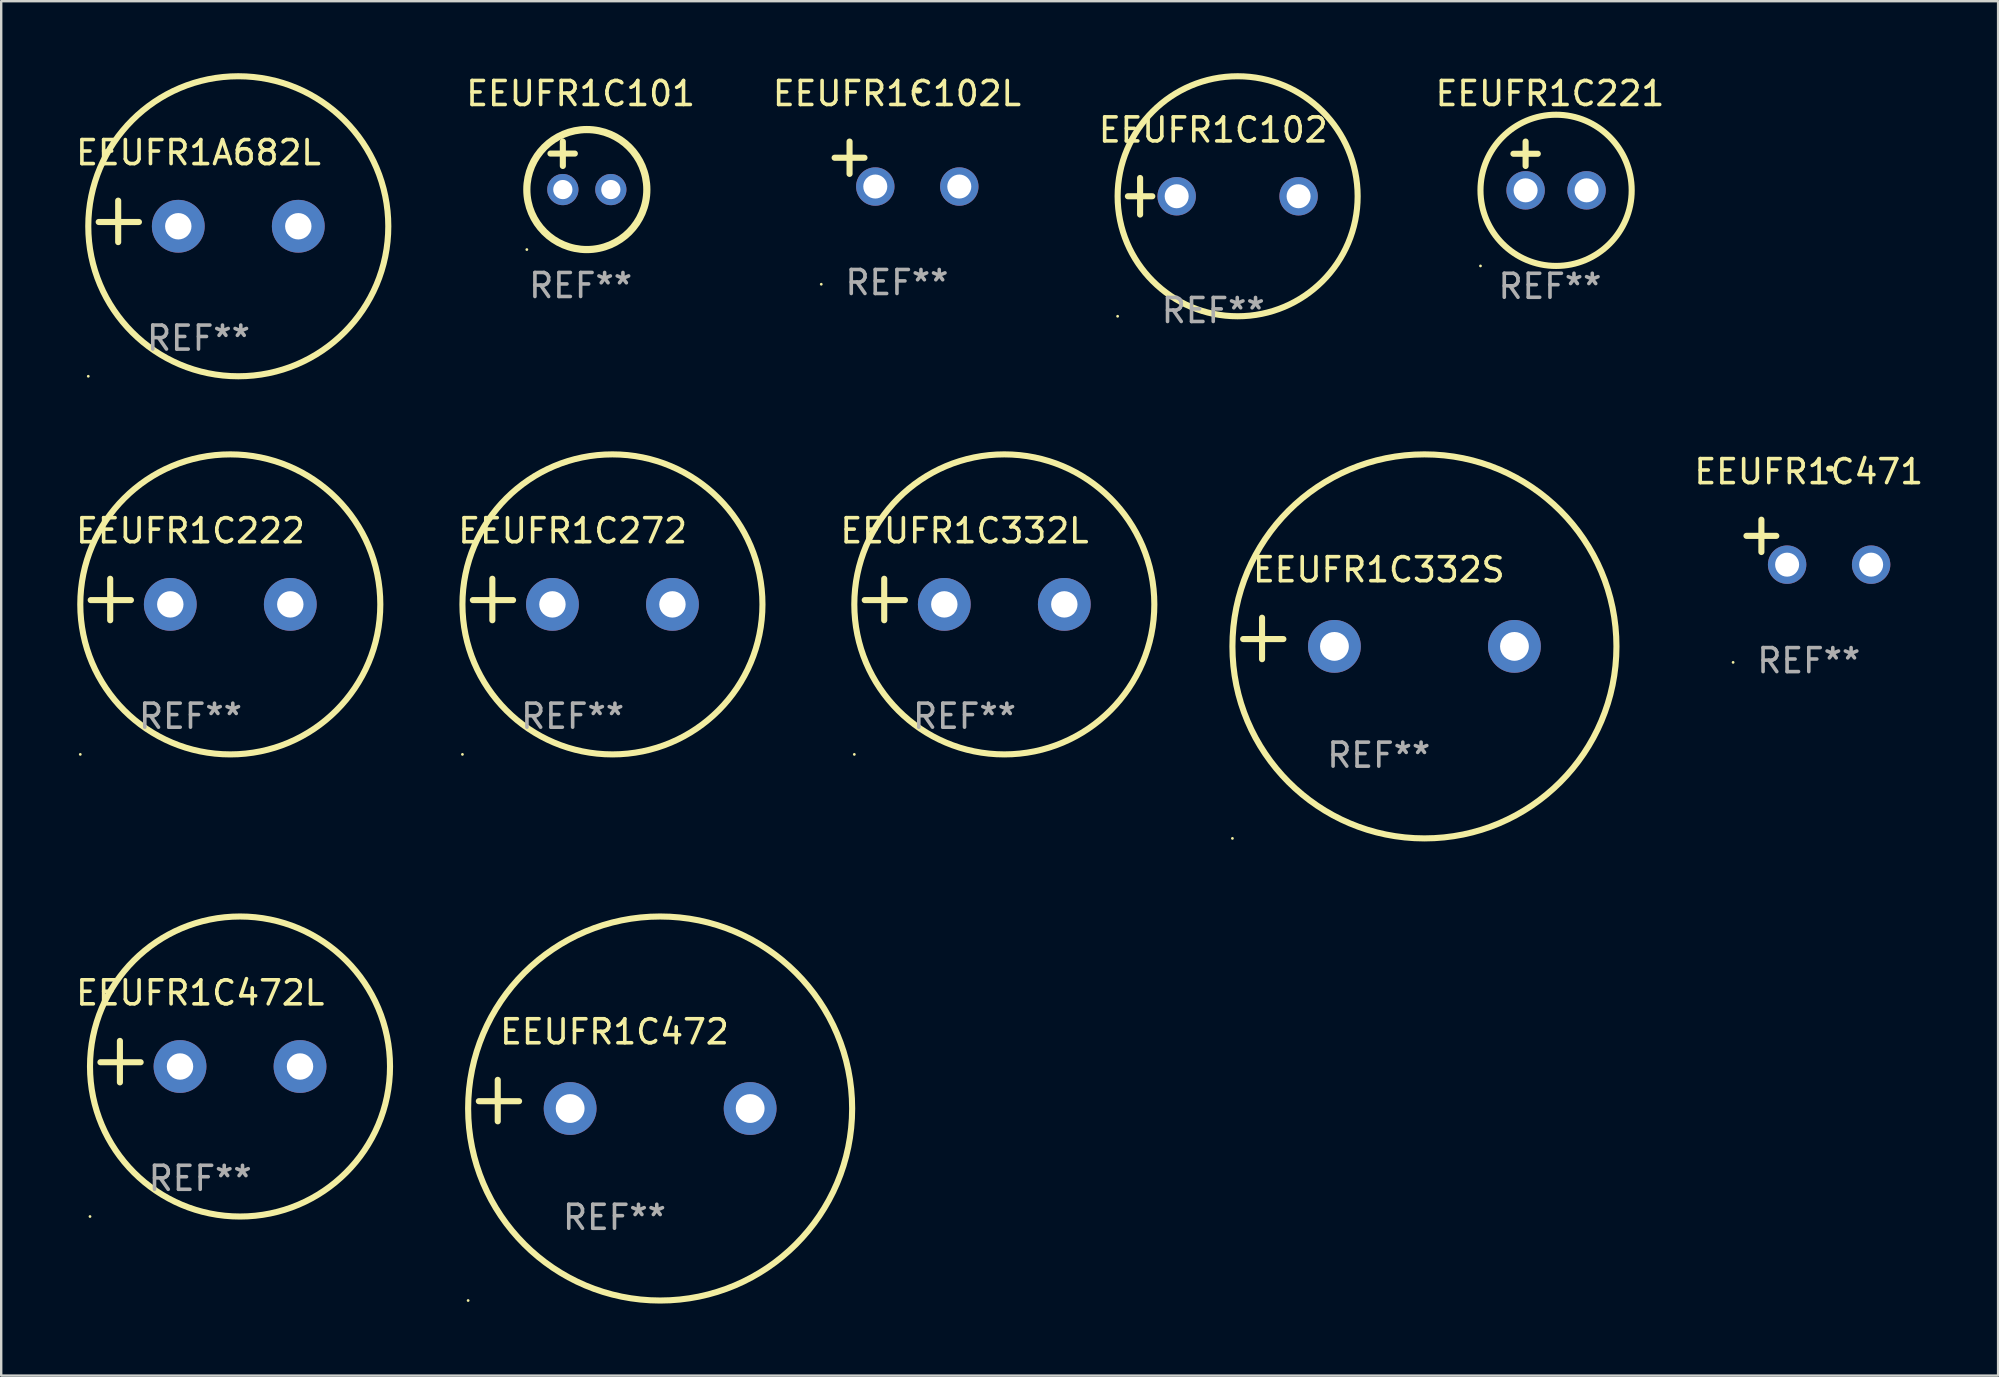
<source format=kicad_pcb>
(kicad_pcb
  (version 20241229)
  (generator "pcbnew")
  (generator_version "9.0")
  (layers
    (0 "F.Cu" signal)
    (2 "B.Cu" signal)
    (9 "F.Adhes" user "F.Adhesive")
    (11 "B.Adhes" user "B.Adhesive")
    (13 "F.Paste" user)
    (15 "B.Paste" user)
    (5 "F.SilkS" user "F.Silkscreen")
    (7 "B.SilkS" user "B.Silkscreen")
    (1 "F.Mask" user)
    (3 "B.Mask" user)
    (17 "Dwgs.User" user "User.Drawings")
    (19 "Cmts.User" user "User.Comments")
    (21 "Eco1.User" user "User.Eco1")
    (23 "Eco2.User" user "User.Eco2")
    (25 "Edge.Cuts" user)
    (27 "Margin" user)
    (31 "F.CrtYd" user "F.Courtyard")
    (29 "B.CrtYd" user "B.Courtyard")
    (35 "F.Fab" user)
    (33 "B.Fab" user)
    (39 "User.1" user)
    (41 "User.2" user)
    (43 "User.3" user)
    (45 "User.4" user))
  (footprint "EEUFR1C332S"
    (layer "F.Cu")
    (at 54.396 23.551)
    (property "Reference" "EEUFR1C332S" (at 0 -2.864 0) (layer "F.SilkS") (effects (font (size 1 1) (thickness 0.15))))
    (attr through_hole)
    (fp_line (start -4.864 0.864) (end -4.864 -0.864) (stroke (width 0.254) (type solid)) (layer "F.SilkS"))
    (fp_line (start -3.975 0.025) (end -5.652 0.025) (stroke (width 0.254) (type solid)) (layer "F.SilkS"))
    (fp_circle (center -6.098 8.33) (end -6.068 8.33) (stroke (width 0.06) (type solid)) (fill no) (layer "F.SilkS"))
    (fp_circle (center 1.902 0.33) (end 9.902 0.33) (stroke (width 0.254) (type solid)) (fill no) (layer "F.SilkS"))
    (fp_text user "REF**" (at 0 4.864 0) (layer "F.Fab") (effects (font (size 1 1) (thickness 0.15))))
    (pad "1" thru_hole circle (at -1.848 0.33) (size 2.2 2.2) (drill 1.2) (layers "*.Cu" "*.Mask"))
    (pad "2" thru_hole circle (at 5.652 0.33) (size 2.2 2.2) (drill 1.2) (layers "*.Cu" "*.Mask")))
  (footprint "EEUFR1C472"
    (layer "F.Cu")
    (at 22.552 42.805)
    (property "Reference" "EEUFR1C472" (at 0 -2.864 0) (layer "F.SilkS") (effects (font (size 1 1) (thickness 0.15))))
    (attr through_hole)
    (fp_line (start -4.864 0.864) (end -4.864 -0.864) (stroke (width 0.254) (type solid)) (layer "F.SilkS"))
    (fp_line (start -3.975 0.025) (end -5.652 0.025) (stroke (width 0.254) (type solid)) (layer "F.SilkS"))
    (fp_circle (center -6.098 8.33) (end -6.068 8.33) (stroke (width 0.06) (type solid)) (fill no) (layer "F.SilkS"))
    (fp_circle (center 1.902 0.33) (end 9.902 0.33) (stroke (width 0.254) (type solid)) (fill no) (layer "F.SilkS"))
    (fp_text user "REF**" (at 0 4.864 0) (layer "F.Fab") (effects (font (size 1 1) (thickness 0.15))))
    (pad "1" thru_hole circle (at -1.848 0.33) (size 2.2 2.2) (drill 1.2) (layers "*.Cu" "*.Mask"))
    (pad "2" thru_hole circle (at 5.652 0.33) (size 2.2 2.2) (drill 1.2) (layers "*.Cu" "*.Mask")))
  (footprint "EEUFR1C102L"
    (layer "F.Cu")
    (at 34.321 3.785)
    (property "Reference" "EEUFR1C102L" (at 0 -2.937 0) (layer "F.SilkS") (effects (font (size 1 1) (thickness 0.15))))
    (attr through_hole)
    (fp_line (start -1.975 0.41) (end -1.975 -0.937) (stroke (width 0.254) (type solid)) (layer "F.SilkS"))
    (fp_line (start -1.353 -0.263) (end -2.597 -0.263) (stroke (width 0.254) (type solid)) (layer "F.SilkS"))
    (fp_arc (start 0.849809 -3.063957) (mid 0.885369 -3.064114) (end 0.920929 -3.063957) (stroke (width 0.254001) (type solid)) (layer "F.SilkS"))
    (fp_circle (center -3.154 5.008) (end -3.124 5.008) (stroke (width 0.06) (type solid)) (fill no) (layer "F.SilkS"))
    (fp_text user "REF**" (at 0 4.937 0) (layer "F.Fab") (effects (font (size 1 1) (thickness 0.15))))
    (pad "1" thru_hole circle (at -0.903 0.937) (size 1.6 1.6) (drill 1) (layers "*.Cu" "*.Mask"))
    (pad "2" thru_hole circle (at 2.597 0.937) (size 1.6 1.6) (drill 1) (layers "*.Cu" "*.Mask")))
  (footprint "EEUFR1C101"
    (layer "F.Cu")
    (at 21.142 3.848)
    (property "Reference" "EEUFR1C101" (at 0 -3 0) (layer "F.SilkS") (effects (font (size 1 1) (thickness 0.15))))
    (attr through_hole)
    (fp_line (start -1.258 -0.5) (end -0.242 -0.5) (stroke (width 0.254) (type solid)) (layer "F.SilkS"))
    (fp_line (start -0.742 -1) (end -0.742 0.016) (stroke (width 0.254) (type solid)) (layer "F.SilkS"))
    (fp_circle (center -2.242 3.5) (end -2.212 3.5) (stroke (width 0.06) (type solid)) (fill no) (layer "F.SilkS"))
    (fp_circle (center 0.258 1) (end 2.758 1) (stroke (width 0.3) (type solid)) (fill no) (layer "F.SilkS"))
    (fp_text user "REF**" (at 0 5 0) (layer "F.Fab") (effects (font (size 1 1) (thickness 0.15))))
    (pad "1" thru_hole circle (at -0.742 1) (size 1.3 1.3) (drill 0.8) (layers "*.Cu" "*.Mask"))
    (pad "2" thru_hole circle (at 1.258 1) (size 1.3 1.3) (drill 0.8) (layers "*.Cu" "*.Mask")))
  (footprint "EEUFR1C272"
    (layer "F.Cu")
    (at 20.809 21.928)
    (property "Reference" "EEUFR1C272" (at 0 -2.864 0) (layer "F.SilkS") (effects (font (size 1 1) (thickness 0.15))))
    (attr through_hole)
    (fp_line (start -3.346 0.864) (end -3.346 -0.864) (stroke (width 0.254) (type solid)) (layer "F.SilkS"))
    (fp_line (start -2.482 0.025) (end -4.158 0.025) (stroke (width 0.254) (type solid)) (layer "F.SilkS"))
    (fp_circle (center -4.592 6.453) (end -4.562 6.453) (stroke (width 0.06) (type solid)) (fill no) (layer "F.SilkS"))
    (fp_circle (center 1.658 0.203) (end 7.908 0.203) (stroke (width 0.254) (type solid)) (fill no) (layer "F.SilkS"))
    (fp_text user "REF**" (at 0 4.864 0) (layer "F.Fab") (effects (font (size 1 1) (thickness 0.15))))
    (pad "1" thru_hole circle (at -0.842 0.203) (size 2.2 2.2) (drill 1.1) (layers "*.Cu" "*.Mask"))
    (pad "2" thru_hole circle (at 4.158 0.203) (size 2.2 2.2) (drill 1.1) (layers "*.Cu" "*.Mask")))
  (footprint "EEUFR1C471"
    (layer "F.Cu")
    (at 72.312 19.539)
    (property "Reference" "EEUFR1C471" (at 0 -2.937 0) (layer "F.SilkS") (effects (font (size 1 1) (thickness 0.15))))
    (attr through_hole)
    (fp_line (start -1.975 0.41) (end -1.975 -0.937) (stroke (width 0.254) (type solid)) (layer "F.SilkS"))
    (fp_line (start -1.353 -0.263) (end -2.597 -0.263) (stroke (width 0.254) (type solid)) (layer "F.SilkS"))
    (fp_arc (start 0.849809 -3.063957) (mid 0.885369 -3.064114) (end 0.920929 -3.063957) (stroke (width 0.254001) (type solid)) (layer "F.SilkS"))
    (fp_circle (center -3.154 5.008) (end -3.124 5.008) (stroke (width 0.06) (type solid)) (fill no) (layer "F.SilkS"))
    (fp_text user "REF**" (at 0 4.937 0) (layer "F.Fab") (effects (font (size 1 1) (thickness 0.15))))
    (pad "1" thru_hole circle (at -0.903 0.937) (size 1.6 1.6) (drill 1) (layers "*.Cu" "*.Mask"))
    (pad "2" thru_hole circle (at 2.597 0.937) (size 1.6 1.6) (drill 1) (layers "*.Cu" "*.Mask")))
  (footprint "EEUFR1A682L"
    (layer "F.Cu")
    (at 5.22 6.174)
    (property "Reference" "EEUFR1A682L" (at 0 -2.864 0) (layer "F.SilkS") (effects (font (size 1 1) (thickness 0.15))))
    (attr through_hole)
    (fp_line (start -3.346 0.864) (end -3.346 -0.864) (stroke (width 0.254) (type solid)) (layer "F.SilkS"))
    (fp_line (start -2.482 0.025) (end -4.158 0.025) (stroke (width 0.254) (type solid)) (layer "F.SilkS"))
    (fp_circle (center -4.592 6.453) (end -4.562 6.453) (stroke (width 0.06) (type solid)) (fill no) (layer "F.SilkS"))
    (fp_circle (center 1.658 0.203) (end 7.908 0.203) (stroke (width 0.254) (type solid)) (fill no) (layer "F.SilkS"))
    (fp_text user "REF**" (at 0 4.864 0) (layer "F.Fab") (effects (font (size 1 1) (thickness 0.15))))
    (pad "1" thru_hole circle (at -0.842 0.203) (size 2.2 2.2) (drill 1.1) (layers "*.Cu" "*.Mask"))
    (pad "2" thru_hole circle (at 4.158 0.203) (size 2.2 2.2) (drill 1.1) (layers "*.Cu" "*.Mask")))
  (footprint "EEUFR1C102"
    (layer "F.Cu")
    (at 47.499 5.127)
    (property "Reference" "EEUFR1C102" (at 0 -2.762 0) (layer "F.SilkS") (effects (font (size 1 1) (thickness 0.15))))
    (attr through_hole)
    (fp_line (start -3.556 0) (end -2.54 0) (stroke (width 0.254) (type solid)) (layer "F.SilkS"))
    (fp_line (start -3.048 -0.762) (end -3.048 0.762) (stroke (width 0.254) (type solid)) (layer "F.SilkS"))
    (fp_circle (center -3.984 5) (end -3.954 5) (stroke (width 0.06) (type solid)) (fill no) (layer "F.SilkS"))
    (fp_circle (center 1.016 0) (end 6.016 0) (stroke (width 0.254) (type solid)) (fill no) (layer "F.SilkS"))
    (fp_text user "REF**" (at 0 4.762 0) (layer "F.Fab") (effects (font (size 1 1) (thickness 0.15))))
    (pad "1" thru_hole circle (at -1.524 0) (size 1.6 1.6) (drill 1) (layers "*.Cu" "*.Mask"))
    (pad "2" thru_hole circle (at 3.556 0) (size 1.6 1.6) (drill 1) (layers "*.Cu" "*.Mask")))
  (footprint "EEUFR1C221"
    (layer "F.Cu")
    (at 61.529 3.864)
    (property "Reference" "EEUFR1C221" (at 0 -3.016 0) (layer "F.SilkS") (effects (font (size 1 1) (thickness 0.15))))
    (attr through_hole)
    (fp_line (start -1.524 -0.508) (end -0.508 -0.508) (stroke (width 0.254) (type solid)) (layer "F.SilkS"))
    (fp_line (start -1.016 -1.016) (end -1.016 0) (stroke (width 0.254) (type solid)) (layer "F.SilkS"))
    (fp_circle (center -2.896 4.166) (end -2.866 4.166) (stroke (width 0.06) (type solid)) (fill no) (layer "F.SilkS"))
    (fp_circle (center 0.254 1.016) (end 3.404 1.016) (stroke (width 0.254) (type solid)) (fill no) (layer "F.SilkS"))
    (fp_text user "REF**" (at 0 5.016 0) (layer "F.Fab") (effects (font (size 1 1) (thickness 0.15))))
    (pad "1" thru_hole circle (at -1.016 1.016) (size 1.6 1.6) (drill 1) (layers "*.Cu" "*.Mask"))
    (pad "2" thru_hole circle (at 1.524 1.016) (size 1.6 1.6) (drill 1) (layers "*.Cu" "*.Mask")))
  (footprint "EEUFR1C472L"
    (layer "F.Cu")
    (at 5.292 41.182)
    (property "Reference" "EEUFR1C472L" (at 0 -2.864 0) (layer "F.SilkS") (effects (font (size 1 1) (thickness 0.15))))
    (attr through_hole)
    (fp_line (start -3.346 0.864) (end -3.346 -0.864) (stroke (width 0.254) (type solid)) (layer "F.SilkS"))
    (fp_line (start -2.482 0.025) (end -4.158 0.025) (stroke (width 0.254) (type solid)) (layer "F.SilkS"))
    (fp_circle (center -4.592 6.453) (end -4.562 6.453) (stroke (width 0.06) (type solid)) (fill no) (layer "F.SilkS"))
    (fp_circle (center 1.658 0.203) (end 7.908 0.203) (stroke (width 0.254) (type solid)) (fill no) (layer "F.SilkS"))
    (fp_text user "REF**" (at 0 4.864 0) (layer "F.Fab") (effects (font (size 1 1) (thickness 0.15))))
    (pad "1" thru_hole circle (at -0.842 0.203) (size 2.2 2.2) (drill 1.1) (layers "*.Cu" "*.Mask"))
    (pad "2" thru_hole circle (at 4.158 0.203) (size 2.2 2.2) (drill 1.1) (layers "*.Cu" "*.Mask")))
  (footprint "EEUFR1C222"
    (layer "F.Cu")
    (at 4.887 21.928)
    (property "Reference" "EEUFR1C222" (at 0 -2.864 0) (layer "F.SilkS") (effects (font (size 1 1) (thickness 0.15))))
    (attr through_hole)
    (fp_line (start -3.346 0.864) (end -3.346 -0.864) (stroke (width 0.254) (type solid)) (layer "F.SilkS"))
    (fp_line (start -2.482 0.025) (end -4.158 0.025) (stroke (width 0.254) (type solid)) (layer "F.SilkS"))
    (fp_circle (center -4.592 6.453) (end -4.562 6.453) (stroke (width 0.06) (type solid)) (fill no) (layer "F.SilkS"))
    (fp_circle (center 1.658 0.203) (end 7.908 0.203) (stroke (width 0.254) (type solid)) (fill no) (layer "F.SilkS"))
    (fp_text user "REF**" (at 0 4.864 0) (layer "F.Fab") (effects (font (size 1 1) (thickness 0.15))))
    (pad "1" thru_hole circle (at -0.842 0.203) (size 2.2 2.2) (drill 1.1) (layers "*.Cu" "*.Mask"))
    (pad "2" thru_hole circle (at 4.158 0.203) (size 2.2 2.2) (drill 1.1) (layers "*.Cu" "*.Mask")))
  (footprint "EEUFR1C332L"
    (layer "F.Cu")
    (at 37.136 21.928)
    (property "Reference" "EEUFR1C332L" (at 0 -2.864 0) (layer "F.SilkS") (effects (font (size 1 1) (thickness 0.15))))
    (attr through_hole)
    (fp_line (start -3.346 0.864) (end -3.346 -0.864) (stroke (width 0.254) (type solid)) (layer "F.SilkS"))
    (fp_line (start -2.482 0.025) (end -4.158 0.025) (stroke (width 0.254) (type solid)) (layer "F.SilkS"))
    (fp_circle (center -4.592 6.453) (end -4.562 6.453) (stroke (width 0.06) (type solid)) (fill no) (layer "F.SilkS"))
    (fp_circle (center 1.658 0.203) (end 7.908 0.203) (stroke (width 0.254) (type solid)) (fill no) (layer "F.SilkS"))
    (fp_text user "REF**" (at 0 4.864 0) (layer "F.Fab") (effects (font (size 1 1) (thickness 0.15))))
    (pad "1" thru_hole circle (at -0.842 0.203) (size 2.2 2.2) (drill 1.1) (layers "*.Cu" "*.Mask"))
    (pad "2" thru_hole circle (at 4.158 0.203) (size 2.2 2.2) (drill 1.1) (layers "*.Cu" "*.Mask")))
  (gr_rect
    (start -3 -3)
    (end 80.199 54.262)
    (stroke (width 0.1) (type default))
    (fill no)
    (layer "Edge.Cuts")))
</source>
